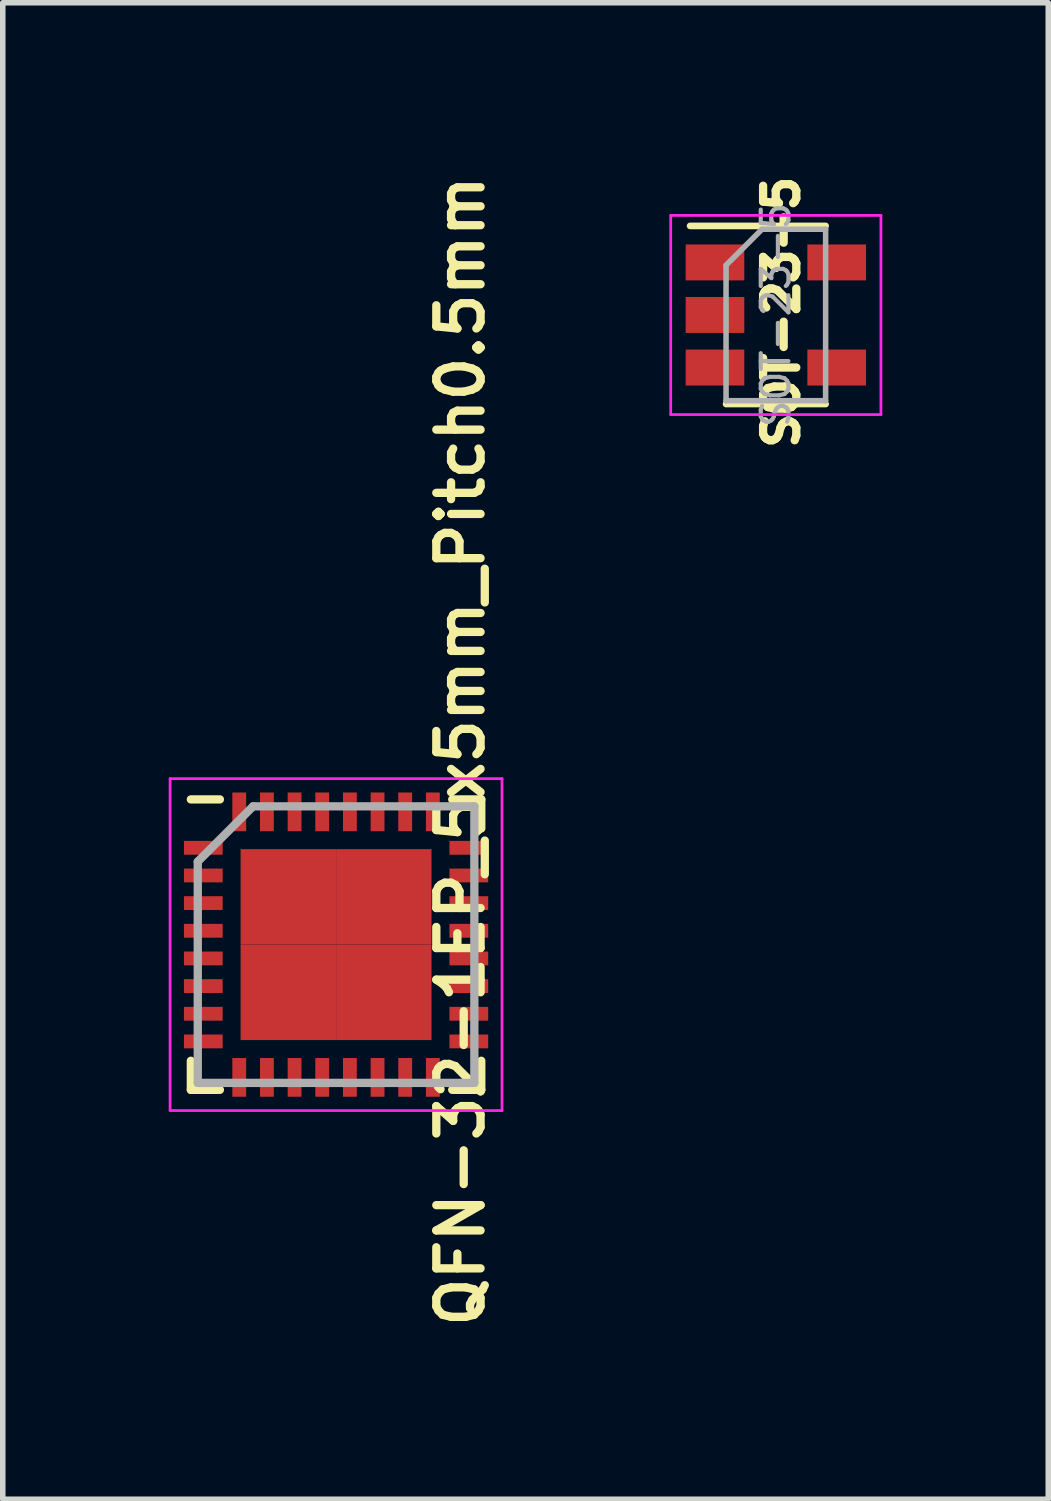
<source format=kicad_pcb>
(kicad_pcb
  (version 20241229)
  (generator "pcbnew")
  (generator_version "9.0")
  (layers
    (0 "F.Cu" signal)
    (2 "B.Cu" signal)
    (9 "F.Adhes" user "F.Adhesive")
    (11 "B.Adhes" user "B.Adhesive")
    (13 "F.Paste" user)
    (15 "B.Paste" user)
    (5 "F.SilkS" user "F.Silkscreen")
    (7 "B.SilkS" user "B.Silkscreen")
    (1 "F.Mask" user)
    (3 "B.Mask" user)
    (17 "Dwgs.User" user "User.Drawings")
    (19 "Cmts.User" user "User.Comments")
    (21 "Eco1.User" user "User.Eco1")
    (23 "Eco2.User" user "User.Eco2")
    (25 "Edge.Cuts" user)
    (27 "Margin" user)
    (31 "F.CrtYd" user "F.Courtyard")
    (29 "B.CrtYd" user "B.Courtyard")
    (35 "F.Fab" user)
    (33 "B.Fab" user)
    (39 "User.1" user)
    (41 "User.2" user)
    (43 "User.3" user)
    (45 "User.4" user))
  (footprint "SOT-23-5"
    (layer "F.Cu")
    (at 10.975 2.644)
    (property "Reference" "SOT-23-5" (at 0.1 -0.05 90) (layer "F.SilkS") (effects (font (size 0.6 0.6) (thickness 0.15))))
    (attr smd)
    (fp_line (start -0.9 1.61) (end 0.9 1.61) (stroke (width 0.12) (type solid)) (layer "F.SilkS"))
    (fp_line (start 0.9 -1.61) (end -1.55 -1.61) (stroke (width 0.12) (type solid)) (layer "F.SilkS"))
    (fp_line (start -1.9 -1.8) (end 1.9 -1.8) (stroke (width 0.05) (type solid)) (layer "F.CrtYd"))
    (fp_line (start -1.9 1.8) (end -1.9 -1.8) (stroke (width 0.05) (type solid)) (layer "F.CrtYd"))
    (fp_line (start 1.9 -1.8) (end 1.9 1.8) (stroke (width 0.05) (type solid)) (layer "F.CrtYd"))
    (fp_line (start 1.9 1.8) (end -1.9 1.8) (stroke (width 0.05) (type solid)) (layer "F.CrtYd"))
    (fp_line (start -0.9 -0.9) (end -0.9 1.55) (stroke (width 0.1) (type solid)) (layer "F.Fab"))
    (fp_line (start -0.9 -0.9) (end -0.25 -1.55) (stroke (width 0.1) (type solid)) (layer "F.Fab"))
    (fp_line (start 0.9 -1.55) (end -0.25 -1.55) (stroke (width 0.1) (type solid)) (layer "F.Fab"))
    (fp_line (start 0.9 -1.55) (end 0.9 1.55) (stroke (width 0.1) (type solid)) (layer "F.Fab"))
    (fp_line (start 0.9 1.55) (end -0.9 1.55) (stroke (width 0.1) (type solid)) (layer "F.Fab"))
    (fp_text user "${REFERENCE}" (at 0 0 90) (layer "F.Fab") (effects (font (size 0.5 0.5) (thickness 0.075))))
    (pad "1" smd rect (at -1.1 -0.95) (size 1.06 0.65) (layers "F.Cu" "F.Mask" "F.Paste"))
    (pad "2" smd rect (at -1.1 0) (size 1.06 0.65) (layers "F.Cu" "F.Mask" "F.Paste"))
    (pad "3" smd rect (at -1.1 0.95) (size 1.06 0.65) (layers "F.Cu" "F.Mask" "F.Paste"))
    (pad "4" smd rect (at 1.1 0.95) (size 1.06 0.65) (layers "F.Cu" "F.Mask" "F.Paste"))
    (pad "5" smd rect (at 1.1 -0.95) (size 1.06 0.65) (layers "F.Cu" "F.Mask" "F.Paste")))
  (footprint "QFN-32-1EP_5x5mm_Pitch0.5mm"
    (layer "F.Cu")
    (at 3.025 14.026)
    (property "Reference" "QFN-32-1EP_5x5mm_Pitch0.5mm" (at 2.25 -3.5 90) (layer "F.SilkS") (effects (font (size 0.8 0.8) (thickness 0.15))))
    (attr smd)
    (fp_line (start -2.625 -2.625) (end -2.1 -2.625) (stroke (width 0.15) (type solid)) (layer "F.SilkS"))
    (fp_line (start -2.625 2.625) (end -2.625 2.1) (stroke (width 0.15) (type solid)) (layer "F.SilkS"))
    (fp_line (start -2.625 2.625) (end -2.1 2.625) (stroke (width 0.15) (type solid)) (layer "F.SilkS"))
    (fp_line (start 2.625 -2.625) (end 2.1 -2.625) (stroke (width 0.15) (type solid)) (layer "F.SilkS"))
    (fp_line (start 2.625 -2.625) (end 2.625 -2.1) (stroke (width 0.15) (type solid)) (layer "F.SilkS"))
    (fp_line (start 2.625 2.625) (end 2.1 2.625) (stroke (width 0.15) (type solid)) (layer "F.SilkS"))
    (fp_line (start 2.625 2.625) (end 2.625 2.1) (stroke (width 0.15) (type solid)) (layer "F.SilkS"))
    (fp_line (start -3 -3) (end -3 3) (stroke (width 0.05) (type solid)) (layer "F.CrtYd"))
    (fp_line (start -3 -3) (end 3 -3) (stroke (width 0.05) (type solid)) (layer "F.CrtYd"))
    (fp_line (start -3 3) (end 3 3) (stroke (width 0.05) (type solid)) (layer "F.CrtYd"))
    (fp_line (start 3 -3) (end 3 3) (stroke (width 0.05) (type solid)) (layer "F.CrtYd"))
    (fp_line (start -2.5 -1.5) (end -1.5 -2.5) (stroke (width 0.15) (type solid)) (layer "F.Fab"))
    (fp_line (start -2.5 2.5) (end -2.5 -1.5) (stroke (width 0.15) (type solid)) (layer "F.Fab"))
    (fp_line (start -1.5 -2.5) (end 2.5 -2.5) (stroke (width 0.15) (type solid)) (layer "F.Fab"))
    (fp_line (start 2.5 -2.5) (end 2.5 2.5) (stroke (width 0.15) (type solid)) (layer "F.Fab"))
    (fp_line (start 2.5 2.5) (end -2.5 2.5) (stroke (width 0.15) (type solid)) (layer "F.Fab"))
    (pad "1" smd rect (at -2.4 -1.75) (size 0.7 0.25) (layers "F.Cu" "F.Mask" "F.Paste"))
    (pad "2" smd rect (at -2.4 -1.25) (size 0.7 0.25) (layers "F.Cu" "F.Mask" "F.Paste"))
    (pad "3" smd rect (at -2.4 -0.75) (size 0.7 0.25) (layers "F.Cu" "F.Mask" "F.Paste"))
    (pad "3" smd rect (at -0.863 -0.863) (size 1.725 1.725) (layers "F.Cu" "F.Mask" "F.Paste"))
    (pad "3" smd rect (at -0.863 0.863) (size 1.725 1.725) (layers "F.Cu" "F.Mask" "F.Paste"))
    (pad "3" smd rect (at 0.863 -0.863) (size 1.725 1.725) (layers "F.Cu" "F.Mask" "F.Paste"))
    (pad "3" smd rect (at 0.863 0.863) (size 1.725 1.725) (layers "F.Cu" "F.Mask" "F.Paste"))
    (pad "4" smd rect (at -2.4 -0.25) (size 0.7 0.25) (layers "F.Cu" "F.Mask" "F.Paste"))
    (pad "5" smd rect (at -2.4 0.25) (size 0.7 0.25) (layers "F.Cu" "F.Mask" "F.Paste"))
    (pad "6" smd rect (at -2.4 0.75) (size 0.7 0.25) (layers "F.Cu" "F.Mask" "F.Paste"))
    (pad "7" smd rect (at -2.4 1.25) (size 0.7 0.25) (layers "F.Cu" "F.Mask" "F.Paste"))
    (pad "8" smd rect (at -2.4 1.75) (size 0.7 0.25) (layers "F.Cu" "F.Mask" "F.Paste"))
    (pad "9" smd rect (at -1.75 2.4 90) (size 0.7 0.25) (layers "F.Cu" "F.Mask" "F.Paste"))
    (pad "10" smd rect (at -1.25 2.4 90) (size 0.7 0.25) (layers "F.Cu" "F.Mask" "F.Paste"))
    (pad "11" smd rect (at -0.75 2.4 90) (size 0.7 0.25) (layers "F.Cu" "F.Mask" "F.Paste"))
    (pad "12" smd rect (at -0.25 2.4 90) (size 0.7 0.25) (layers "F.Cu" "F.Mask" "F.Paste"))
    (pad "13" smd rect (at 0.25 2.4 90) (size 0.7 0.25) (layers "F.Cu" "F.Mask" "F.Paste"))
    (pad "14" smd rect (at 0.75 2.4 90) (size 0.7 0.25) (layers "F.Cu" "F.Mask" "F.Paste"))
    (pad "15" smd rect (at 1.25 2.4 90) (size 0.7 0.25) (layers "F.Cu" "F.Mask" "F.Paste"))
    (pad "16" smd rect (at 1.75 2.4 90) (size 0.7 0.25) (layers "F.Cu" "F.Mask" "F.Paste"))
    (pad "17" smd rect (at 2.4 1.75) (size 0.7 0.25) (layers "F.Cu" "F.Mask" "F.Paste"))
    (pad "18" smd rect (at 2.4 1.25) (size 0.7 0.25) (layers "F.Cu" "F.Mask" "F.Paste"))
    (pad "19" smd rect (at 2.4 0.75) (size 0.7 0.25) (layers "F.Cu" "F.Mask" "F.Paste"))
    (pad "20" smd rect (at 2.4 0.25) (size 0.7 0.25) (layers "F.Cu" "F.Mask" "F.Paste"))
    (pad "21" smd rect (at 2.4 -0.25) (size 0.7 0.25) (layers "F.Cu" "F.Mask" "F.Paste"))
    (pad "22" smd rect (at 2.4 -0.75) (size 0.7 0.25) (layers "F.Cu" "F.Mask" "F.Paste"))
    (pad "23" smd rect (at 2.4 -1.25) (size 0.7 0.25) (layers "F.Cu" "F.Mask" "F.Paste"))
    (pad "24" smd rect (at 2.4 -1.75) (size 0.7 0.25) (layers "F.Cu" "F.Mask" "F.Paste"))
    (pad "25" smd rect (at 1.75 -2.4 90) (size 0.7 0.25) (layers "F.Cu" "F.Mask" "F.Paste"))
    (pad "26" smd rect (at 1.25 -2.4 90) (size 0.7 0.25) (layers "F.Cu" "F.Mask" "F.Paste"))
    (pad "27" smd rect (at 0.75 -2.4 90) (size 0.7 0.25) (layers "F.Cu" "F.Mask" "F.Paste"))
    (pad "28" smd rect (at 0.25 -2.4 90) (size 0.7 0.25) (layers "F.Cu" "F.Mask" "F.Paste"))
    (pad "29" smd rect (at -0.25 -2.4 90) (size 0.7 0.25) (layers "F.Cu" "F.Mask" "F.Paste"))
    (pad "30" smd rect (at -0.75 -2.4 90) (size 0.7 0.25) (layers "F.Cu" "F.Mask" "F.Paste"))
    (pad "31" smd rect (at -1.25 -2.4 90) (size 0.7 0.25) (layers "F.Cu" "F.Mask" "F.Paste"))
    (pad "32" smd rect (at -1.75 -2.4 90) (size 0.7 0.25) (layers "F.Cu" "F.Mask" "F.Paste")))
  (gr_rect
    (start -3 -3)
    (end 15.9 24.052)
    (stroke (width 0.1) (type default))
    (fill no)
    (layer "Edge.Cuts")))
</source>
